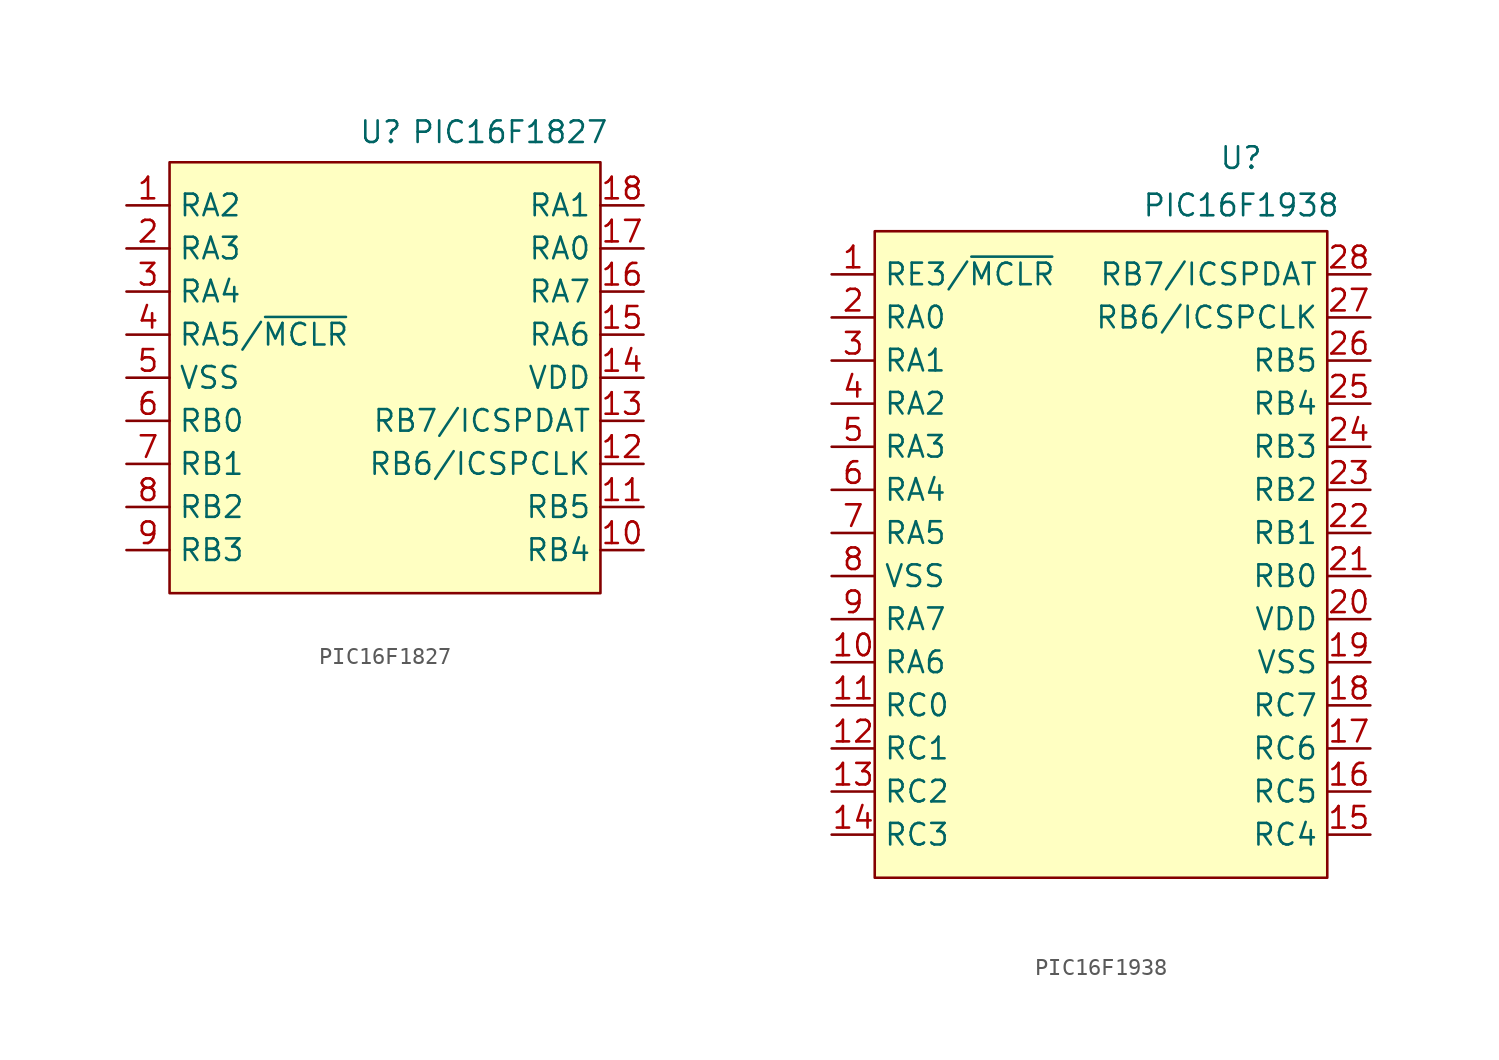
<source format=kicad_sym>
(kicad_symbol_lib
  (version 20231120)
  (generator "kicad_symbol_editor")
  (generator_version "8.0")
  (symbol "PIC16F1827"
    (property "Reference" "U"
      (at -0.254 14.478 0)
      (effects (font (size 1.27 1.27))))
    (property "Value" "PIC16F1827"
      (at 7.366 14.478 0)
      (effects (font (size 1.27 1.27))))
    (symbol "PIC16F1827_1_1"
      (rectangle (start -12.7 12.7) (end 12.7 -12.7) (stroke (width 0) (type default)) (fill (type background)))
      (pin bidirectional line (at -15.24 10.16 0) (length 2.54) (name "RA2" (effects (font (size 1.27 1.27)))) (number "1" (effects (font (size 1.27 1.27)))))
      (pin bidirectional line (at 15.24 -10.16 180) (length 2.54) (name "RB4" (effects (font (size 1.27 1.27)))) (number "10" (effects (font (size 1.27 1.27)))))
      (pin bidirectional line (at 15.24 -7.62 180) (length 2.54) (name "RB5" (effects (font (size 1.27 1.27)))) (number "11" (effects (font (size 1.27 1.27)))))
      (pin bidirectional line (at 15.24 -5.08 180) (length 2.54) (name "RB6/ICSPCLK" (effects (font (size 1.27 1.27)))) (number "12" (effects (font (size 1.27 1.27)))))
      (pin bidirectional line (at 15.24 -2.54 180) (length 2.54) (name "RB7/ICSPDAT" (effects (font (size 1.27 1.27)))) (number "13" (effects (font (size 1.27 1.27)))))
      (pin power_in line (at 15.24 0 180) (length 2.54) (name "VDD" (effects (font (size 1.27 1.27)))) (number "14" (effects (font (size 1.27 1.27)))))
      (pin bidirectional line (at 15.24 2.54 180) (length 2.54) (name "RA6" (effects (font (size 1.27 1.27)))) (number "15" (effects (font (size 1.27 1.27)))))
      (pin bidirectional line (at 15.24 5.08 180) (length 2.54) (name "RA7" (effects (font (size 1.27 1.27)))) (number "16" (effects (font (size 1.27 1.27)))))
      (pin bidirectional line (at 15.24 7.62 180) (length 2.54) (name "RA0" (effects (font (size 1.27 1.27)))) (number "17" (effects (font (size 1.27 1.27)))))
      (pin bidirectional line (at 15.24 10.16 180) (length 2.54) (name "RA1" (effects (font (size 1.27 1.27)))) (number "18" (effects (font (size 1.27 1.27)))))
      (pin bidirectional line (at -15.24 7.62 0) (length 2.54) (name "RA3" (effects (font (size 1.27 1.27)))) (number "2" (effects (font (size 1.27 1.27)))))
      (pin bidirectional line (at -15.24 5.08 0) (length 2.54) (name "RA4" (effects (font (size 1.27 1.27)))) (number "3" (effects (font (size 1.27 1.27)))))
      (pin input line (at -15.24 2.54 0) (length 2.54) (name "RA5/~{MCLR}" (effects (font (size 1.27 1.27)))) (number "4" (effects (font (size 1.27 1.27)))))
      (pin power_in line (at -15.24 0 0) (length 2.54) (name "VSS" (effects (font (size 1.27 1.27)))) (number "5" (effects (font (size 1.27 1.27)))))
      (pin bidirectional line (at -15.24 -2.54 0) (length 2.54) (name "RB0" (effects (font (size 1.27 1.27)))) (number "6" (effects (font (size 1.27 1.27)))))
      (pin bidirectional line (at -15.24 -5.08 0) (length 2.54) (name "RB1" (effects (font (size 1.27 1.27)))) (number "7" (effects (font (size 1.27 1.27)))))
      (pin bidirectional line (at -15.24 -7.62 0) (length 2.54) (name "RB2" (effects (font (size 1.27 1.27)))) (number "8" (effects (font (size 1.27 1.27)))))
      (pin bidirectional line (at -15.24 -10.16 0) (length 2.54) (name "RB3" (effects (font (size 1.27 1.27)))) (number "9" (effects (font (size 1.27 1.27)))))))
  (symbol "PIC16F1938"
    (property "Reference" "U"
      (at 7.62 4.318 0)
      (effects (font (size 1.27 1.27))))
    (property "Value" "PIC16F1938"
      (at 7.62 1.524 0)
      (effects (font (size 1.27 1.27))))
    (symbol "PIC16F1938_1_1"
      (rectangle (start -13.97 0) (end 12.7 -38.1) (stroke (width 0) (type default)) (fill (type background)))
      (pin input line (at -16.51 -2.54 0) (length 2.54) (name "RE3/~{MCLR}" (effects (font (size 1.27 1.27)))) (number "1" (effects (font (size 1.27 1.27)))))
      (pin bidirectional line (at -16.51 -25.4 0) (length 2.54) (name "RA6" (effects (font (size 1.27 1.27)))) (number "10" (effects (font (size 1.27 1.27)))))
      (pin bidirectional line (at -16.51 -27.94 0) (length 2.54) (name "RC0" (effects (font (size 1.27 1.27)))) (number "11" (effects (font (size 1.27 1.27)))))
      (pin bidirectional line (at -16.51 -30.48 0) (length 2.54) (name "RC1" (effects (font (size 1.27 1.27)))) (number "12" (effects (font (size 1.27 1.27)))))
      (pin bidirectional line (at -16.51 -33.02 0) (length 2.54) (name "RC2" (effects (font (size 1.27 1.27)))) (number "13" (effects (font (size 1.27 1.27)))))
      (pin bidirectional line (at -16.51 -35.56 0) (length 2.54) (name "RC3" (effects (font (size 1.27 1.27)))) (number "14" (effects (font (size 1.27 1.27)))))
      (pin bidirectional line (at 15.24 -35.56 180) (length 2.54) (name "RC4" (effects (font (size 1.27 1.27)))) (number "15" (effects (font (size 1.27 1.27)))))
      (pin bidirectional line (at 15.24 -33.02 180) (length 2.54) (name "RC5" (effects (font (size 1.27 1.27)))) (number "16" (effects (font (size 1.27 1.27)))))
      (pin bidirectional line (at 15.24 -30.48 180) (length 2.54) (name "RC6" (effects (font (size 1.27 1.27)))) (number "17" (effects (font (size 1.27 1.27)))))
      (pin bidirectional line (at 15.24 -27.94 180) (length 2.54) (name "RC7" (effects (font (size 1.27 1.27)))) (number "18" (effects (font (size 1.27 1.27)))))
      (pin power_in line (at 15.24 -25.4 180) (length 2.54) (name "VSS" (effects (font (size 1.27 1.27)))) (number "19" (effects (font (size 1.27 1.27)))))
      (pin bidirectional line (at -16.51 -5.08 0) (length 2.54) (name "RA0" (effects (font (size 1.27 1.27)))) (number "2" (effects (font (size 1.27 1.27)))))
      (pin power_in line (at 15.24 -22.86 180) (length 2.54) (name "VDD" (effects (font (size 1.27 1.27)))) (number "20" (effects (font (size 1.27 1.27)))))
      (pin bidirectional line (at 15.24 -20.32 180) (length 2.54) (name "RB0" (effects (font (size 1.27 1.27)))) (number "21" (effects (font (size 1.27 1.27)))))
      (pin bidirectional line (at 15.24 -17.78 180) (length 2.54) (name "RB1" (effects (font (size 1.27 1.27)))) (number "22" (effects (font (size 1.27 1.27)))))
      (pin bidirectional line (at 15.24 -15.24 180) (length 2.54) (name "RB2" (effects (font (size 1.27 1.27)))) (number "23" (effects (font (size 1.27 1.27)))))
      (pin bidirectional line (at 15.24 -12.7 180) (length 2.54) (name "RB3" (effects (font (size 1.27 1.27)))) (number "24" (effects (font (size 1.27 1.27)))))
      (pin bidirectional line (at 15.24 -10.16 180) (length 2.54) (name "RB4" (effects (font (size 1.27 1.27)))) (number "25" (effects (font (size 1.27 1.27)))))
      (pin bidirectional line (at 15.24 -7.62 180) (length 2.54) (name "RB5" (effects (font (size 1.27 1.27)))) (number "26" (effects (font (size 1.27 1.27)))))
      (pin bidirectional line (at 15.24 -5.08 180) (length 2.54) (name "RB6/ICSPCLK" (effects (font (size 1.27 1.27)))) (number "27" (effects (font (size 1.27 1.27)))))
      (pin bidirectional line (at 15.24 -2.54 180) (length 2.54) (name "RB7/ICSPDAT" (effects (font (size 1.27 1.27)))) (number "28" (effects (font (size 1.27 1.27)))))
      (pin bidirectional line (at -16.51 -7.62 0) (length 2.54) (name "RA1" (effects (font (size 1.27 1.27)))) (number "3" (effects (font (size 1.27 1.27)))))
      (pin bidirectional line (at -16.51 -10.16 0) (length 2.54) (name "RA2" (effects (font (size 1.27 1.27)))) (number "4" (effects (font (size 1.27 1.27)))))
      (pin bidirectional line (at -16.51 -12.7 0) (length 2.54) (name "RA3" (effects (font (size 1.27 1.27)))) (number "5" (effects (font (size 1.27 1.27)))))
      (pin bidirectional line (at -16.51 -15.24 0) (length 2.54) (name "RA4" (effects (font (size 1.27 1.27)))) (number "6" (effects (font (size 1.27 1.27)))))
      (pin bidirectional line (at -16.51 -17.78 0) (length 2.54) (name "RA5" (effects (font (size 1.27 1.27)))) (number "7" (effects (font (size 1.27 1.27)))))
      (pin power_in line (at -16.51 -20.32 0) (length 2.54) (name "VSS" (effects (font (size 1.27 1.27)))) (number "8" (effects (font (size 1.27 1.27)))))
      (pin bidirectional line (at -16.51 -22.86 0) (length 2.54) (name "RA7" (effects (font (size 1.27 1.27)))) (number "9" (effects (font (size 1.27 1.27))))))))
</source>
